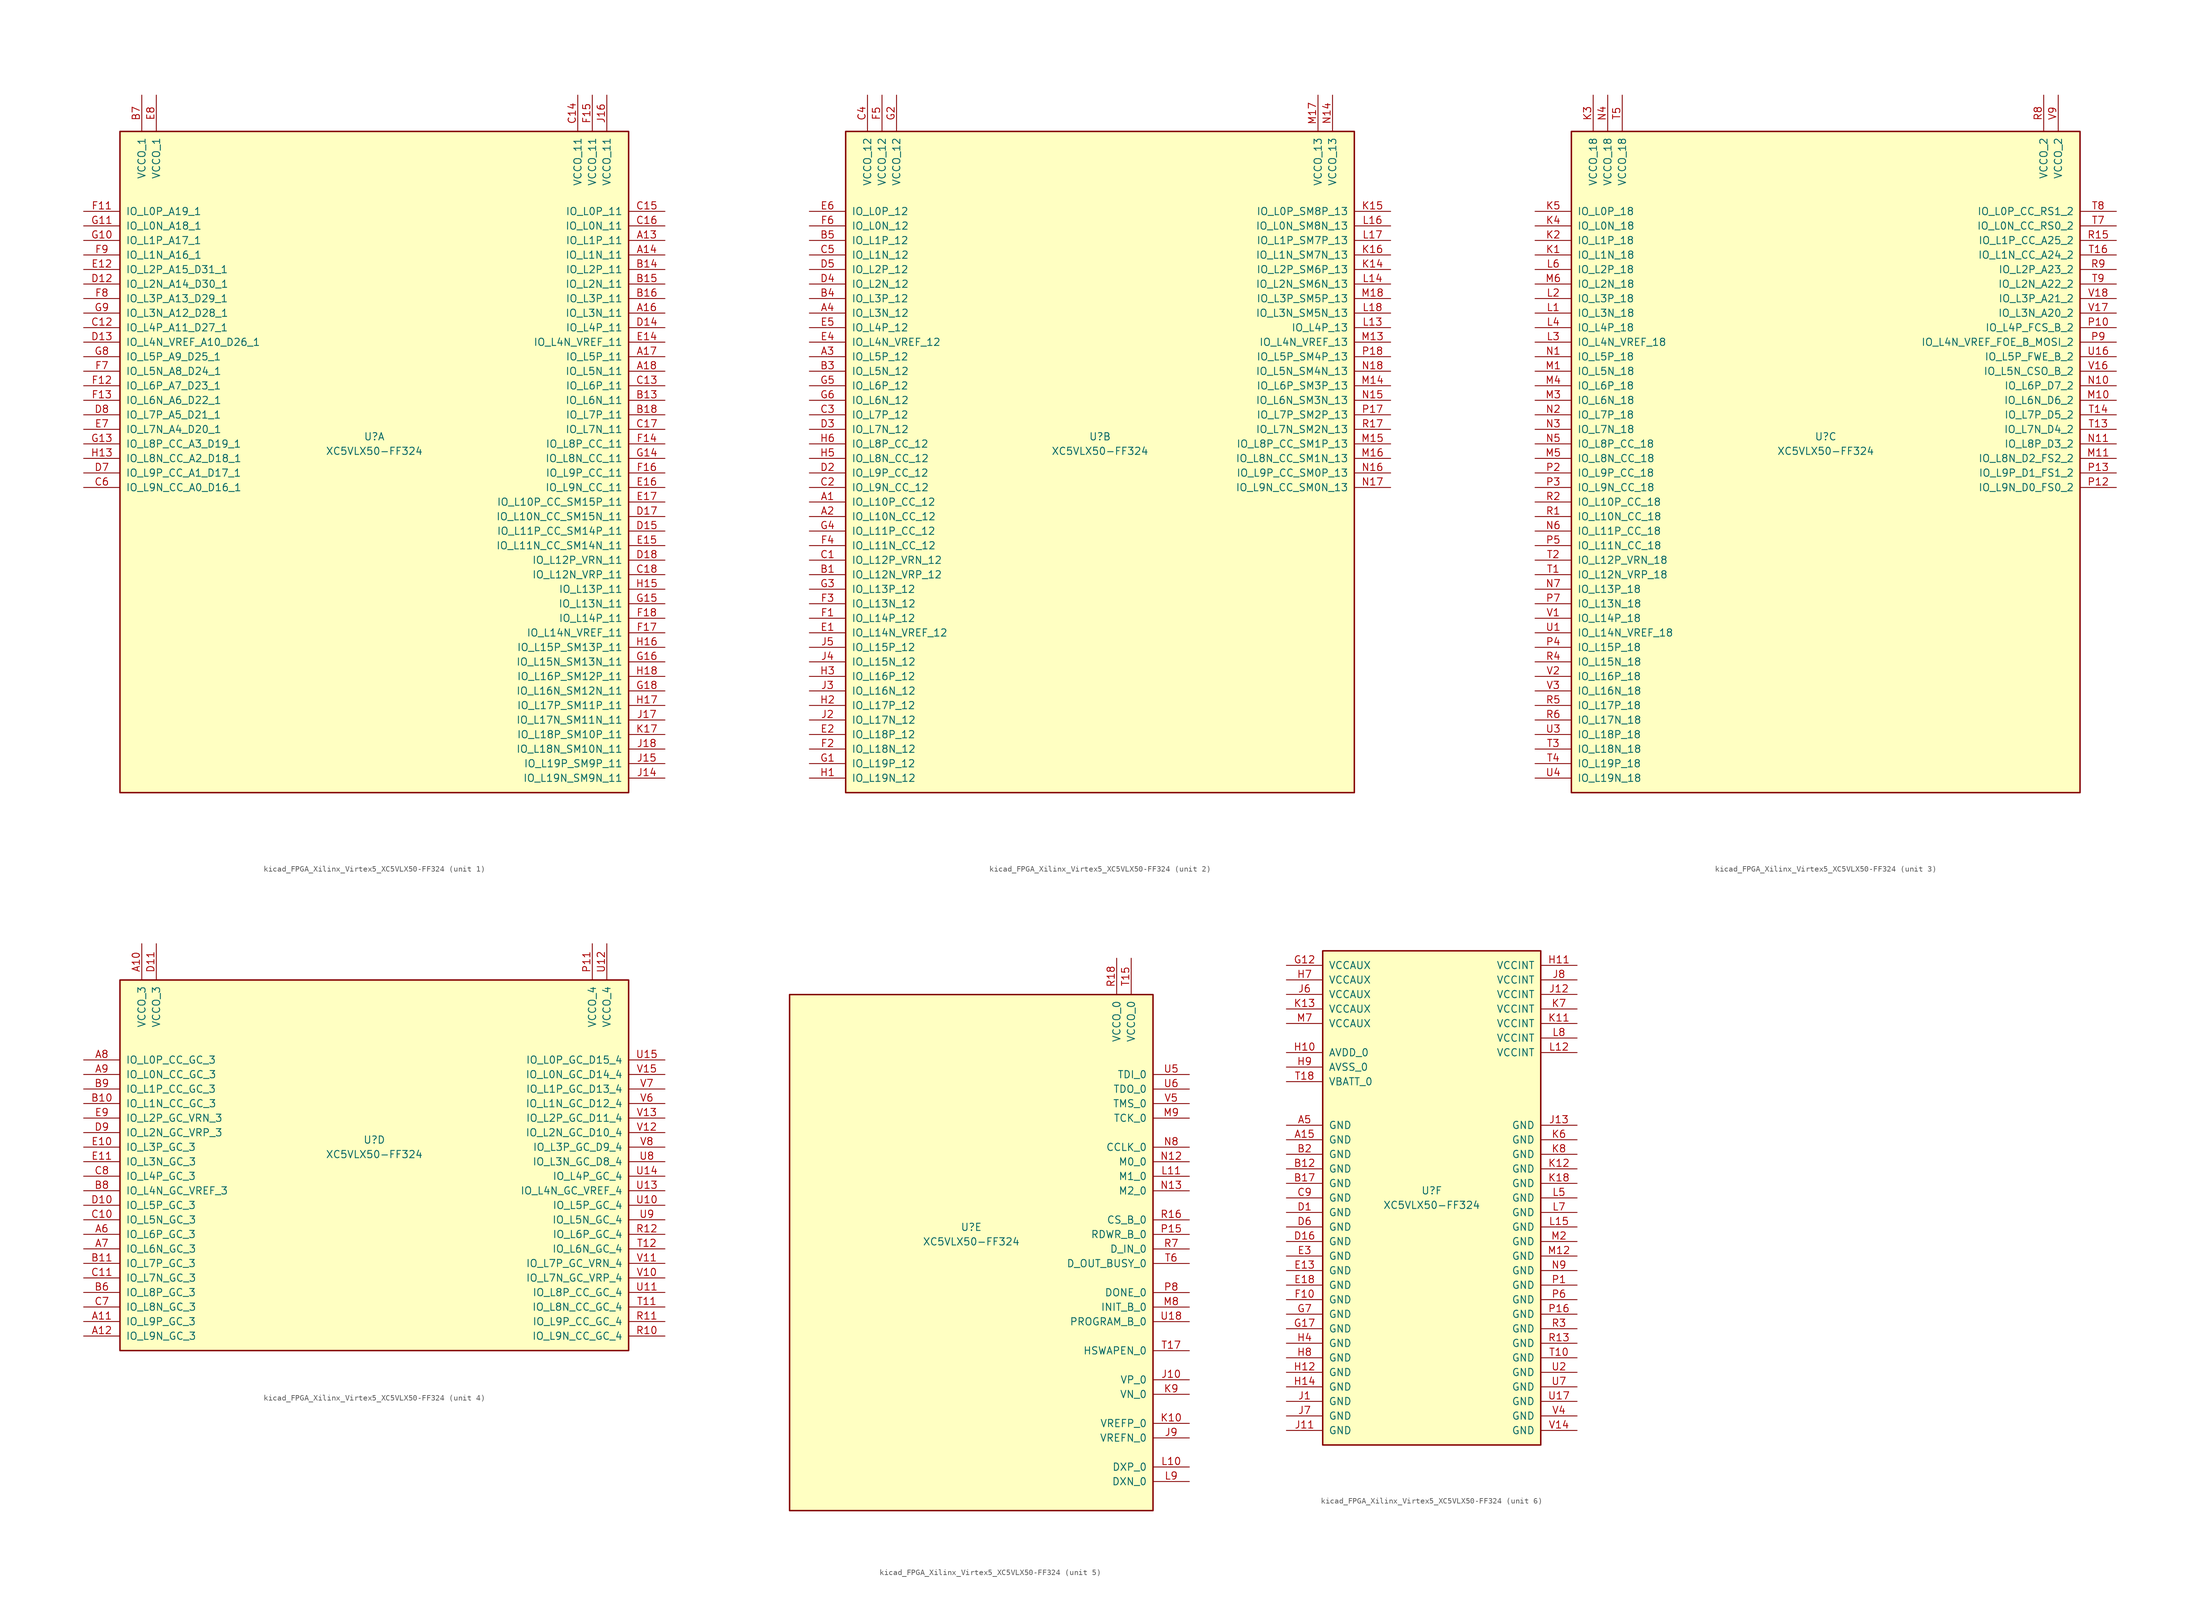
<source format=kicad_sym>
(kicad_symbol_lib
  (version 20220914)
  (generator kicad_symbol_editor)
  (symbol "kicad_FPGA_Xilinx_Virtex5_XC5VLX50-FF324"
    (pin_names
      (offset 1.016))
    (property "Reference" "U"
      (at 0 1.27 0)
      (effects (font (size 1.27 1.27))))
    (property "Value" "XC5VLX50-FF324"
      (at 0 -1.27 0)
      (effects (font (size 1.27 1.27))))
    (property "Datasheet" ""
      (at 0 0 0)
      (effects (font (size 1.27 1.27))))
    (property "ki_locked" ""
      (at 0 0 0)
      (effects (font (size 1.27 1.27))))
    (symbol "kicad_FPGA_Xilinx_Virtex5_XC5VLX50-FF324_1_1"
      (rectangle (start -44.45 54.61) (end 44.45 -60.96) (stroke (width 0.254) (type default)) (fill (type background)))
      (pin bidirectional line (at 50.8 35.56 180) (length 6.35) (name "IO_L1P_11" (effects (font (size 1.27 1.27)))) (number "A13" (effects (font (size 1.27 1.27)))))
      (pin bidirectional line (at 50.8 33.02 180) (length 6.35) (name "IO_L1N_11" (effects (font (size 1.27 1.27)))) (number "A14" (effects (font (size 1.27 1.27)))))
      (pin bidirectional line (at 50.8 22.86 180) (length 6.35) (name "IO_L3N_11" (effects (font (size 1.27 1.27)))) (number "A16" (effects (font (size 1.27 1.27)))))
      (pin bidirectional line (at 50.8 15.24 180) (length 6.35) (name "IO_L5P_11" (effects (font (size 1.27 1.27)))) (number "A17" (effects (font (size 1.27 1.27)))))
      (pin bidirectional line (at 50.8 12.7 180) (length 6.35) (name "IO_L5N_11" (effects (font (size 1.27 1.27)))) (number "A18" (effects (font (size 1.27 1.27)))))
      (pin bidirectional line (at 50.8 7.62 180) (length 6.35) (name "IO_L6N_11" (effects (font (size 1.27 1.27)))) (number "B13" (effects (font (size 1.27 1.27)))))
      (pin bidirectional line (at 50.8 30.48 180) (length 6.35) (name "IO_L2P_11" (effects (font (size 1.27 1.27)))) (number "B14" (effects (font (size 1.27 1.27)))))
      (pin bidirectional line (at 50.8 27.94 180) (length 6.35) (name "IO_L2N_11" (effects (font (size 1.27 1.27)))) (number "B15" (effects (font (size 1.27 1.27)))))
      (pin bidirectional line (at 50.8 25.4 180) (length 6.35) (name "IO_L3P_11" (effects (font (size 1.27 1.27)))) (number "B16" (effects (font (size 1.27 1.27)))))
      (pin bidirectional line (at 50.8 5.08 180) (length 6.35) (name "IO_L7P_11" (effects (font (size 1.27 1.27)))) (number "B18" (effects (font (size 1.27 1.27)))))
      (pin power_in line (at -40.64 60.96 270) (length 6.35) (name "VCCO_1" (effects (font (size 1.27 1.27)))) (number "B7" (effects (font (size 1.27 1.27)))))
      (pin bidirectional line (at -50.8 20.32 0) (length 6.35) (name "IO_L4P_A11_D27_1" (effects (font (size 1.27 1.27)))) (number "C12" (effects (font (size 1.27 1.27)))))
      (pin bidirectional line (at 50.8 10.16 180) (length 6.35) (name "IO_L6P_11" (effects (font (size 1.27 1.27)))) (number "C13" (effects (font (size 1.27 1.27)))))
      (pin power_in line (at 35.56 60.96 270) (length 6.35) (name "VCCO_11" (effects (font (size 1.27 1.27)))) (number "C14" (effects (font (size 1.27 1.27)))))
      (pin bidirectional line (at 50.8 40.64 180) (length 6.35) (name "IO_L0P_11" (effects (font (size 1.27 1.27)))) (number "C15" (effects (font (size 1.27 1.27)))))
      (pin bidirectional line (at 50.8 38.1 180) (length 6.35) (name "IO_L0N_11" (effects (font (size 1.27 1.27)))) (number "C16" (effects (font (size 1.27 1.27)))))
      (pin bidirectional line (at 50.8 2.54 180) (length 6.35) (name "IO_L7N_11" (effects (font (size 1.27 1.27)))) (number "C17" (effects (font (size 1.27 1.27)))))
      (pin bidirectional line (at 50.8 -22.86 180) (length 6.35) (name "IO_L12N_VRP_11" (effects (font (size 1.27 1.27)))) (number "C18" (effects (font (size 1.27 1.27)))))
      (pin bidirectional line (at -50.8 -7.62 0) (length 6.35) (name "IO_L9N_CC_A0_D16_1" (effects (font (size 1.27 1.27)))) (number "C6" (effects (font (size 1.27 1.27)))))
      (pin bidirectional line (at -50.8 27.94 0) (length 6.35) (name "IO_L2N_A14_D30_1" (effects (font (size 1.27 1.27)))) (number "D12" (effects (font (size 1.27 1.27)))))
      (pin bidirectional line (at -50.8 17.78 0) (length 6.35) (name "IO_L4N_VREF_A10_D26_1" (effects (font (size 1.27 1.27)))) (number "D13" (effects (font (size 1.27 1.27)))))
      (pin bidirectional line (at 50.8 20.32 180) (length 6.35) (name "IO_L4P_11" (effects (font (size 1.27 1.27)))) (number "D14" (effects (font (size 1.27 1.27)))))
      (pin bidirectional line (at 50.8 -15.24 180) (length 6.35) (name "IO_L11P_CC_SM14P_11" (effects (font (size 1.27 1.27)))) (number "D15" (effects (font (size 1.27 1.27)))))
      (pin bidirectional line (at 50.8 -12.7 180) (length 6.35) (name "IO_L10N_CC_SM15N_11" (effects (font (size 1.27 1.27)))) (number "D17" (effects (font (size 1.27 1.27)))))
      (pin bidirectional line (at 50.8 -20.32 180) (length 6.35) (name "IO_L12P_VRN_11" (effects (font (size 1.27 1.27)))) (number "D18" (effects (font (size 1.27 1.27)))))
      (pin bidirectional line (at -50.8 -5.08 0) (length 6.35) (name "IO_L9P_CC_A1_D17_1" (effects (font (size 1.27 1.27)))) (number "D7" (effects (font (size 1.27 1.27)))))
      (pin bidirectional line (at -50.8 5.08 0) (length 6.35) (name "IO_L7P_A5_D21_1" (effects (font (size 1.27 1.27)))) (number "D8" (effects (font (size 1.27 1.27)))))
      (pin bidirectional line (at -50.8 30.48 0) (length 6.35) (name "IO_L2P_A15_D31_1" (effects (font (size 1.27 1.27)))) (number "E12" (effects (font (size 1.27 1.27)))))
      (pin bidirectional line (at 50.8 17.78 180) (length 6.35) (name "IO_L4N_VREF_11" (effects (font (size 1.27 1.27)))) (number "E14" (effects (font (size 1.27 1.27)))))
      (pin bidirectional line (at 50.8 -17.78 180) (length 6.35) (name "IO_L11N_CC_SM14N_11" (effects (font (size 1.27 1.27)))) (number "E15" (effects (font (size 1.27 1.27)))))
      (pin bidirectional line (at 50.8 -7.62 180) (length 6.35) (name "IO_L9N_CC_11" (effects (font (size 1.27 1.27)))) (number "E16" (effects (font (size 1.27 1.27)))))
      (pin bidirectional line (at 50.8 -10.16 180) (length 6.35) (name "IO_L10P_CC_SM15P_11" (effects (font (size 1.27 1.27)))) (number "E17" (effects (font (size 1.27 1.27)))))
      (pin bidirectional line (at -50.8 2.54 0) (length 6.35) (name "IO_L7N_A4_D20_1" (effects (font (size 1.27 1.27)))) (number "E7" (effects (font (size 1.27 1.27)))))
      (pin power_in line (at -38.1 60.96 270) (length 6.35) (name "VCCO_1" (effects (font (size 1.27 1.27)))) (number "E8" (effects (font (size 1.27 1.27)))))
      (pin bidirectional line (at -50.8 40.64 0) (length 6.35) (name "IO_L0P_A19_1" (effects (font (size 1.27 1.27)))) (number "F11" (effects (font (size 1.27 1.27)))))
      (pin bidirectional line (at -50.8 10.16 0) (length 6.35) (name "IO_L6P_A7_D23_1" (effects (font (size 1.27 1.27)))) (number "F12" (effects (font (size 1.27 1.27)))))
      (pin bidirectional line (at -50.8 7.62 0) (length 6.35) (name "IO_L6N_A6_D22_1" (effects (font (size 1.27 1.27)))) (number "F13" (effects (font (size 1.27 1.27)))))
      (pin bidirectional line (at 50.8 0 180) (length 6.35) (name "IO_L8P_CC_11" (effects (font (size 1.27 1.27)))) (number "F14" (effects (font (size 1.27 1.27)))))
      (pin power_in line (at 38.1 60.96 270) (length 6.35) (name "VCCO_11" (effects (font (size 1.27 1.27)))) (number "F15" (effects (font (size 1.27 1.27)))))
      (pin bidirectional line (at 50.8 -5.08 180) (length 6.35) (name "IO_L9P_CC_11" (effects (font (size 1.27 1.27)))) (number "F16" (effects (font (size 1.27 1.27)))))
      (pin bidirectional line (at 50.8 -33.02 180) (length 6.35) (name "IO_L14N_VREF_11" (effects (font (size 1.27 1.27)))) (number "F17" (effects (font (size 1.27 1.27)))))
      (pin bidirectional line (at 50.8 -30.48 180) (length 6.35) (name "IO_L14P_11" (effects (font (size 1.27 1.27)))) (number "F18" (effects (font (size 1.27 1.27)))))
      (pin bidirectional line (at -50.8 12.7 0) (length 6.35) (name "IO_L5N_A8_D24_1" (effects (font (size 1.27 1.27)))) (number "F7" (effects (font (size 1.27 1.27)))))
      (pin bidirectional line (at -50.8 25.4 0) (length 6.35) (name "IO_L3P_A13_D29_1" (effects (font (size 1.27 1.27)))) (number "F8" (effects (font (size 1.27 1.27)))))
      (pin bidirectional line (at -50.8 33.02 0) (length 6.35) (name "IO_L1N_A16_1" (effects (font (size 1.27 1.27)))) (number "F9" (effects (font (size 1.27 1.27)))))
      (pin bidirectional line (at -50.8 35.56 0) (length 6.35) (name "IO_L1P_A17_1" (effects (font (size 1.27 1.27)))) (number "G10" (effects (font (size 1.27 1.27)))))
      (pin bidirectional line (at -50.8 38.1 0) (length 6.35) (name "IO_L0N_A18_1" (effects (font (size 1.27 1.27)))) (number "G11" (effects (font (size 1.27 1.27)))))
      (pin bidirectional line (at -50.8 0 0) (length 6.35) (name "IO_L8P_CC_A3_D19_1" (effects (font (size 1.27 1.27)))) (number "G13" (effects (font (size 1.27 1.27)))))
      (pin bidirectional line (at 50.8 -2.54 180) (length 6.35) (name "IO_L8N_CC_11" (effects (font (size 1.27 1.27)))) (number "G14" (effects (font (size 1.27 1.27)))))
      (pin bidirectional line (at 50.8 -27.94 180) (length 6.35) (name "IO_L13N_11" (effects (font (size 1.27 1.27)))) (number "G15" (effects (font (size 1.27 1.27)))))
      (pin bidirectional line (at 50.8 -38.1 180) (length 6.35) (name "IO_L15N_SM13N_11" (effects (font (size 1.27 1.27)))) (number "G16" (effects (font (size 1.27 1.27)))))
      (pin bidirectional line (at 50.8 -43.18 180) (length 6.35) (name "IO_L16N_SM12N_11" (effects (font (size 1.27 1.27)))) (number "G18" (effects (font (size 1.27 1.27)))))
      (pin bidirectional line (at -50.8 15.24 0) (length 6.35) (name "IO_L5P_A9_D25_1" (effects (font (size 1.27 1.27)))) (number "G8" (effects (font (size 1.27 1.27)))))
      (pin bidirectional line (at -50.8 22.86 0) (length 6.35) (name "IO_L3N_A12_D28_1" (effects (font (size 1.27 1.27)))) (number "G9" (effects (font (size 1.27 1.27)))))
      (pin bidirectional line (at -50.8 -2.54 0) (length 6.35) (name "IO_L8N_CC_A2_D18_1" (effects (font (size 1.27 1.27)))) (number "H13" (effects (font (size 1.27 1.27)))))
      (pin bidirectional line (at 50.8 -25.4 180) (length 6.35) (name "IO_L13P_11" (effects (font (size 1.27 1.27)))) (number "H15" (effects (font (size 1.27 1.27)))))
      (pin bidirectional line (at 50.8 -35.56 180) (length 6.35) (name "IO_L15P_SM13P_11" (effects (font (size 1.27 1.27)))) (number "H16" (effects (font (size 1.27 1.27)))))
      (pin bidirectional line (at 50.8 -45.72 180) (length 6.35) (name "IO_L17P_SM11P_11" (effects (font (size 1.27 1.27)))) (number "H17" (effects (font (size 1.27 1.27)))))
      (pin bidirectional line (at 50.8 -40.64 180) (length 6.35) (name "IO_L16P_SM12P_11" (effects (font (size 1.27 1.27)))) (number "H18" (effects (font (size 1.27 1.27)))))
      (pin bidirectional line (at 50.8 -58.42 180) (length 6.35) (name "IO_L19N_SM9N_11" (effects (font (size 1.27 1.27)))) (number "J14" (effects (font (size 1.27 1.27)))))
      (pin bidirectional line (at 50.8 -55.88 180) (length 6.35) (name "IO_L19P_SM9P_11" (effects (font (size 1.27 1.27)))) (number "J15" (effects (font (size 1.27 1.27)))))
      (pin power_in line (at 40.64 60.96 270) (length 6.35) (name "VCCO_11" (effects (font (size 1.27 1.27)))) (number "J16" (effects (font (size 1.27 1.27)))))
      (pin bidirectional line (at 50.8 -48.26 180) (length 6.35) (name "IO_L17N_SM11N_11" (effects (font (size 1.27 1.27)))) (number "J17" (effects (font (size 1.27 1.27)))))
      (pin bidirectional line (at 50.8 -53.34 180) (length 6.35) (name "IO_L18N_SM10N_11" (effects (font (size 1.27 1.27)))) (number "J18" (effects (font (size 1.27 1.27)))))
      (pin bidirectional line (at 50.8 -50.8 180) (length 6.35) (name "IO_L18P_SM10P_11" (effects (font (size 1.27 1.27)))) (number "K17" (effects (font (size 1.27 1.27))))))
    (symbol "kicad_FPGA_Xilinx_Virtex5_XC5VLX50-FF324_2_1"
      (rectangle (start -44.45 54.61) (end 44.45 -60.96) (stroke (width 0.254) (type default)) (fill (type background)))
      (pin bidirectional line (at -50.8 -10.16 0) (length 6.35) (name "IO_L10P_CC_12" (effects (font (size 1.27 1.27)))) (number "A1" (effects (font (size 1.27 1.27)))))
      (pin bidirectional line (at -50.8 -12.7 0) (length 6.35) (name "IO_L10N_CC_12" (effects (font (size 1.27 1.27)))) (number "A2" (effects (font (size 1.27 1.27)))))
      (pin bidirectional line (at -50.8 15.24 0) (length 6.35) (name "IO_L5P_12" (effects (font (size 1.27 1.27)))) (number "A3" (effects (font (size 1.27 1.27)))))
      (pin bidirectional line (at -50.8 22.86 0) (length 6.35) (name "IO_L3N_12" (effects (font (size 1.27 1.27)))) (number "A4" (effects (font (size 1.27 1.27)))))
      (pin bidirectional line (at -50.8 -22.86 0) (length 6.35) (name "IO_L12N_VRP_12" (effects (font (size 1.27 1.27)))) (number "B1" (effects (font (size 1.27 1.27)))))
      (pin bidirectional line (at -50.8 12.7 0) (length 6.35) (name "IO_L5N_12" (effects (font (size 1.27 1.27)))) (number "B3" (effects (font (size 1.27 1.27)))))
      (pin bidirectional line (at -50.8 25.4 0) (length 6.35) (name "IO_L3P_12" (effects (font (size 1.27 1.27)))) (number "B4" (effects (font (size 1.27 1.27)))))
      (pin bidirectional line (at -50.8 35.56 0) (length 6.35) (name "IO_L1P_12" (effects (font (size 1.27 1.27)))) (number "B5" (effects (font (size 1.27 1.27)))))
      (pin bidirectional line (at -50.8 -20.32 0) (length 6.35) (name "IO_L12P_VRN_12" (effects (font (size 1.27 1.27)))) (number "C1" (effects (font (size 1.27 1.27)))))
      (pin bidirectional line (at -50.8 -7.62 0) (length 6.35) (name "IO_L9N_CC_12" (effects (font (size 1.27 1.27)))) (number "C2" (effects (font (size 1.27 1.27)))))
      (pin bidirectional line (at -50.8 5.08 0) (length 6.35) (name "IO_L7P_12" (effects (font (size 1.27 1.27)))) (number "C3" (effects (font (size 1.27 1.27)))))
      (pin power_in line (at -40.64 60.96 270) (length 6.35) (name "VCCO_12" (effects (font (size 1.27 1.27)))) (number "C4" (effects (font (size 1.27 1.27)))))
      (pin bidirectional line (at -50.8 33.02 0) (length 6.35) (name "IO_L1N_12" (effects (font (size 1.27 1.27)))) (number "C5" (effects (font (size 1.27 1.27)))))
      (pin bidirectional line (at -50.8 -5.08 0) (length 6.35) (name "IO_L9P_CC_12" (effects (font (size 1.27 1.27)))) (number "D2" (effects (font (size 1.27 1.27)))))
      (pin bidirectional line (at -50.8 2.54 0) (length 6.35) (name "IO_L7N_12" (effects (font (size 1.27 1.27)))) (number "D3" (effects (font (size 1.27 1.27)))))
      (pin bidirectional line (at -50.8 27.94 0) (length 6.35) (name "IO_L2N_12" (effects (font (size 1.27 1.27)))) (number "D4" (effects (font (size 1.27 1.27)))))
      (pin bidirectional line (at -50.8 30.48 0) (length 6.35) (name "IO_L2P_12" (effects (font (size 1.27 1.27)))) (number "D5" (effects (font (size 1.27 1.27)))))
      (pin bidirectional line (at -50.8 -33.02 0) (length 6.35) (name "IO_L14N_VREF_12" (effects (font (size 1.27 1.27)))) (number "E1" (effects (font (size 1.27 1.27)))))
      (pin bidirectional line (at -50.8 -50.8 0) (length 6.35) (name "IO_L18P_12" (effects (font (size 1.27 1.27)))) (number "E2" (effects (font (size 1.27 1.27)))))
      (pin bidirectional line (at -50.8 17.78 0) (length 6.35) (name "IO_L4N_VREF_12" (effects (font (size 1.27 1.27)))) (number "E4" (effects (font (size 1.27 1.27)))))
      (pin bidirectional line (at -50.8 20.32 0) (length 6.35) (name "IO_L4P_12" (effects (font (size 1.27 1.27)))) (number "E5" (effects (font (size 1.27 1.27)))))
      (pin bidirectional line (at -50.8 40.64 0) (length 6.35) (name "IO_L0P_12" (effects (font (size 1.27 1.27)))) (number "E6" (effects (font (size 1.27 1.27)))))
      (pin bidirectional line (at -50.8 -30.48 0) (length 6.35) (name "IO_L14P_12" (effects (font (size 1.27 1.27)))) (number "F1" (effects (font (size 1.27 1.27)))))
      (pin bidirectional line (at -50.8 -53.34 0) (length 6.35) (name "IO_L18N_12" (effects (font (size 1.27 1.27)))) (number "F2" (effects (font (size 1.27 1.27)))))
      (pin bidirectional line (at -50.8 -27.94 0) (length 6.35) (name "IO_L13N_12" (effects (font (size 1.27 1.27)))) (number "F3" (effects (font (size 1.27 1.27)))))
      (pin bidirectional line (at -50.8 -17.78 0) (length 6.35) (name "IO_L11N_CC_12" (effects (font (size 1.27 1.27)))) (number "F4" (effects (font (size 1.27 1.27)))))
      (pin power_in line (at -38.1 60.96 270) (length 6.35) (name "VCCO_12" (effects (font (size 1.27 1.27)))) (number "F5" (effects (font (size 1.27 1.27)))))
      (pin bidirectional line (at -50.8 38.1 0) (length 6.35) (name "IO_L0N_12" (effects (font (size 1.27 1.27)))) (number "F6" (effects (font (size 1.27 1.27)))))
      (pin bidirectional line (at -50.8 -55.88 0) (length 6.35) (name "IO_L19P_12" (effects (font (size 1.27 1.27)))) (number "G1" (effects (font (size 1.27 1.27)))))
      (pin power_in line (at -35.56 60.96 270) (length 6.35) (name "VCCO_12" (effects (font (size 1.27 1.27)))) (number "G2" (effects (font (size 1.27 1.27)))))
      (pin bidirectional line (at -50.8 -25.4 0) (length 6.35) (name "IO_L13P_12" (effects (font (size 1.27 1.27)))) (number "G3" (effects (font (size 1.27 1.27)))))
      (pin bidirectional line (at -50.8 -15.24 0) (length 6.35) (name "IO_L11P_CC_12" (effects (font (size 1.27 1.27)))) (number "G4" (effects (font (size 1.27 1.27)))))
      (pin bidirectional line (at -50.8 10.16 0) (length 6.35) (name "IO_L6P_12" (effects (font (size 1.27 1.27)))) (number "G5" (effects (font (size 1.27 1.27)))))
      (pin bidirectional line (at -50.8 7.62 0) (length 6.35) (name "IO_L6N_12" (effects (font (size 1.27 1.27)))) (number "G6" (effects (font (size 1.27 1.27)))))
      (pin bidirectional line (at -50.8 -58.42 0) (length 6.35) (name "IO_L19N_12" (effects (font (size 1.27 1.27)))) (number "H1" (effects (font (size 1.27 1.27)))))
      (pin bidirectional line (at -50.8 -45.72 0) (length 6.35) (name "IO_L17P_12" (effects (font (size 1.27 1.27)))) (number "H2" (effects (font (size 1.27 1.27)))))
      (pin bidirectional line (at -50.8 -40.64 0) (length 6.35) (name "IO_L16P_12" (effects (font (size 1.27 1.27)))) (number "H3" (effects (font (size 1.27 1.27)))))
      (pin bidirectional line (at -50.8 -2.54 0) (length 6.35) (name "IO_L8N_CC_12" (effects (font (size 1.27 1.27)))) (number "H5" (effects (font (size 1.27 1.27)))))
      (pin bidirectional line (at -50.8 0 0) (length 6.35) (name "IO_L8P_CC_12" (effects (font (size 1.27 1.27)))) (number "H6" (effects (font (size 1.27 1.27)))))
      (pin bidirectional line (at -50.8 -48.26 0) (length 6.35) (name "IO_L17N_12" (effects (font (size 1.27 1.27)))) (number "J2" (effects (font (size 1.27 1.27)))))
      (pin bidirectional line (at -50.8 -43.18 0) (length 6.35) (name "IO_L16N_12" (effects (font (size 1.27 1.27)))) (number "J3" (effects (font (size 1.27 1.27)))))
      (pin bidirectional line (at -50.8 -38.1 0) (length 6.35) (name "IO_L15N_12" (effects (font (size 1.27 1.27)))) (number "J4" (effects (font (size 1.27 1.27)))))
      (pin bidirectional line (at -50.8 -35.56 0) (length 6.35) (name "IO_L15P_12" (effects (font (size 1.27 1.27)))) (number "J5" (effects (font (size 1.27 1.27)))))
      (pin bidirectional line (at 50.8 30.48 180) (length 6.35) (name "IO_L2P_SM6P_13" (effects (font (size 1.27 1.27)))) (number "K14" (effects (font (size 1.27 1.27)))))
      (pin bidirectional line (at 50.8 40.64 180) (length 6.35) (name "IO_L0P_SM8P_13" (effects (font (size 1.27 1.27)))) (number "K15" (effects (font (size 1.27 1.27)))))
      (pin bidirectional line (at 50.8 33.02 180) (length 6.35) (name "IO_L1N_SM7N_13" (effects (font (size 1.27 1.27)))) (number "K16" (effects (font (size 1.27 1.27)))))
      (pin bidirectional line (at 50.8 20.32 180) (length 6.35) (name "IO_L4P_13" (effects (font (size 1.27 1.27)))) (number "L13" (effects (font (size 1.27 1.27)))))
      (pin bidirectional line (at 50.8 27.94 180) (length 6.35) (name "IO_L2N_SM6N_13" (effects (font (size 1.27 1.27)))) (number "L14" (effects (font (size 1.27 1.27)))))
      (pin bidirectional line (at 50.8 38.1 180) (length 6.35) (name "IO_L0N_SM8N_13" (effects (font (size 1.27 1.27)))) (number "L16" (effects (font (size 1.27 1.27)))))
      (pin bidirectional line (at 50.8 35.56 180) (length 6.35) (name "IO_L1P_SM7P_13" (effects (font (size 1.27 1.27)))) (number "L17" (effects (font (size 1.27 1.27)))))
      (pin bidirectional line (at 50.8 22.86 180) (length 6.35) (name "IO_L3N_SM5N_13" (effects (font (size 1.27 1.27)))) (number "L18" (effects (font (size 1.27 1.27)))))
      (pin bidirectional line (at 50.8 17.78 180) (length 6.35) (name "IO_L4N_VREF_13" (effects (font (size 1.27 1.27)))) (number "M13" (effects (font (size 1.27 1.27)))))
      (pin bidirectional line (at 50.8 10.16 180) (length 6.35) (name "IO_L6P_SM3P_13" (effects (font (size 1.27 1.27)))) (number "M14" (effects (font (size 1.27 1.27)))))
      (pin bidirectional line (at 50.8 0 180) (length 6.35) (name "IO_L8P_CC_SM1P_13" (effects (font (size 1.27 1.27)))) (number "M15" (effects (font (size 1.27 1.27)))))
      (pin bidirectional line (at 50.8 -2.54 180) (length 6.35) (name "IO_L8N_CC_SM1N_13" (effects (font (size 1.27 1.27)))) (number "M16" (effects (font (size 1.27 1.27)))))
      (pin power_in line (at 38.1 60.96 270) (length 6.35) (name "VCCO_13" (effects (font (size 1.27 1.27)))) (number "M17" (effects (font (size 1.27 1.27)))))
      (pin bidirectional line (at 50.8 25.4 180) (length 6.35) (name "IO_L3P_SM5P_13" (effects (font (size 1.27 1.27)))) (number "M18" (effects (font (size 1.27 1.27)))))
      (pin power_in line (at 40.64 60.96 270) (length 6.35) (name "VCCO_13" (effects (font (size 1.27 1.27)))) (number "N14" (effects (font (size 1.27 1.27)))))
      (pin bidirectional line (at 50.8 7.62 180) (length 6.35) (name "IO_L6N_SM3N_13" (effects (font (size 1.27 1.27)))) (number "N15" (effects (font (size 1.27 1.27)))))
      (pin bidirectional line (at 50.8 -5.08 180) (length 6.35) (name "IO_L9P_CC_SM0P_13" (effects (font (size 1.27 1.27)))) (number "N16" (effects (font (size 1.27 1.27)))))
      (pin bidirectional line (at 50.8 -7.62 180) (length 6.35) (name "IO_L9N_CC_SM0N_13" (effects (font (size 1.27 1.27)))) (number "N17" (effects (font (size 1.27 1.27)))))
      (pin bidirectional line (at 50.8 12.7 180) (length 6.35) (name "IO_L5N_SM4N_13" (effects (font (size 1.27 1.27)))) (number "N18" (effects (font (size 1.27 1.27)))))
      (pin bidirectional line (at 50.8 5.08 180) (length 6.35) (name "IO_L7P_SM2P_13" (effects (font (size 1.27 1.27)))) (number "P17" (effects (font (size 1.27 1.27)))))
      (pin bidirectional line (at 50.8 15.24 180) (length 6.35) (name "IO_L5P_SM4P_13" (effects (font (size 1.27 1.27)))) (number "P18" (effects (font (size 1.27 1.27)))))
      (pin bidirectional line (at 50.8 2.54 180) (length 6.35) (name "IO_L7N_SM2N_13" (effects (font (size 1.27 1.27)))) (number "R17" (effects (font (size 1.27 1.27))))))
    (symbol "kicad_FPGA_Xilinx_Virtex5_XC5VLX50-FF324_3_1"
      (rectangle (start -44.45 54.61) (end 44.45 -60.96) (stroke (width 0.254) (type default)) (fill (type background)))
      (pin bidirectional line (at -50.8 33.02 0) (length 6.35) (name "IO_L1N_18" (effects (font (size 1.27 1.27)))) (number "K1" (effects (font (size 1.27 1.27)))))
      (pin bidirectional line (at -50.8 35.56 0) (length 6.35) (name "IO_L1P_18" (effects (font (size 1.27 1.27)))) (number "K2" (effects (font (size 1.27 1.27)))))
      (pin power_in line (at -40.64 60.96 270) (length 6.35) (name "VCCO_18" (effects (font (size 1.27 1.27)))) (number "K3" (effects (font (size 1.27 1.27)))))
      (pin bidirectional line (at -50.8 38.1 0) (length 6.35) (name "IO_L0N_18" (effects (font (size 1.27 1.27)))) (number "K4" (effects (font (size 1.27 1.27)))))
      (pin bidirectional line (at -50.8 40.64 0) (length 6.35) (name "IO_L0P_18" (effects (font (size 1.27 1.27)))) (number "K5" (effects (font (size 1.27 1.27)))))
      (pin bidirectional line (at -50.8 22.86 0) (length 6.35) (name "IO_L3N_18" (effects (font (size 1.27 1.27)))) (number "L1" (effects (font (size 1.27 1.27)))))
      (pin bidirectional line (at -50.8 25.4 0) (length 6.35) (name "IO_L3P_18" (effects (font (size 1.27 1.27)))) (number "L2" (effects (font (size 1.27 1.27)))))
      (pin bidirectional line (at -50.8 17.78 0) (length 6.35) (name "IO_L4N_VREF_18" (effects (font (size 1.27 1.27)))) (number "L3" (effects (font (size 1.27 1.27)))))
      (pin bidirectional line (at -50.8 20.32 0) (length 6.35) (name "IO_L4P_18" (effects (font (size 1.27 1.27)))) (number "L4" (effects (font (size 1.27 1.27)))))
      (pin bidirectional line (at -50.8 30.48 0) (length 6.35) (name "IO_L2P_18" (effects (font (size 1.27 1.27)))) (number "L6" (effects (font (size 1.27 1.27)))))
      (pin bidirectional line (at -50.8 12.7 0) (length 6.35) (name "IO_L5N_18" (effects (font (size 1.27 1.27)))) (number "M1" (effects (font (size 1.27 1.27)))))
      (pin bidirectional line (at 50.8 7.62 180) (length 6.35) (name "IO_L6N_D6_2" (effects (font (size 1.27 1.27)))) (number "M10" (effects (font (size 1.27 1.27)))))
      (pin bidirectional line (at 50.8 -2.54 180) (length 6.35) (name "IO_L8N_D2_FS2_2" (effects (font (size 1.27 1.27)))) (number "M11" (effects (font (size 1.27 1.27)))))
      (pin bidirectional line (at -50.8 7.62 0) (length 6.35) (name "IO_L6N_18" (effects (font (size 1.27 1.27)))) (number "M3" (effects (font (size 1.27 1.27)))))
      (pin bidirectional line (at -50.8 10.16 0) (length 6.35) (name "IO_L6P_18" (effects (font (size 1.27 1.27)))) (number "M4" (effects (font (size 1.27 1.27)))))
      (pin bidirectional line (at -50.8 -2.54 0) (length 6.35) (name "IO_L8N_CC_18" (effects (font (size 1.27 1.27)))) (number "M5" (effects (font (size 1.27 1.27)))))
      (pin bidirectional line (at -50.8 27.94 0) (length 6.35) (name "IO_L2N_18" (effects (font (size 1.27 1.27)))) (number "M6" (effects (font (size 1.27 1.27)))))
      (pin bidirectional line (at -50.8 15.24 0) (length 6.35) (name "IO_L5P_18" (effects (font (size 1.27 1.27)))) (number "N1" (effects (font (size 1.27 1.27)))))
      (pin bidirectional line (at 50.8 10.16 180) (length 6.35) (name "IO_L6P_D7_2" (effects (font (size 1.27 1.27)))) (number "N10" (effects (font (size 1.27 1.27)))))
      (pin bidirectional line (at 50.8 0 180) (length 6.35) (name "IO_L8P_D3_2" (effects (font (size 1.27 1.27)))) (number "N11" (effects (font (size 1.27 1.27)))))
      (pin bidirectional line (at -50.8 5.08 0) (length 6.35) (name "IO_L7P_18" (effects (font (size 1.27 1.27)))) (number "N2" (effects (font (size 1.27 1.27)))))
      (pin bidirectional line (at -50.8 2.54 0) (length 6.35) (name "IO_L7N_18" (effects (font (size 1.27 1.27)))) (number "N3" (effects (font (size 1.27 1.27)))))
      (pin power_in line (at -38.1 60.96 270) (length 6.35) (name "VCCO_18" (effects (font (size 1.27 1.27)))) (number "N4" (effects (font (size 1.27 1.27)))))
      (pin bidirectional line (at -50.8 0 0) (length 6.35) (name "IO_L8P_CC_18" (effects (font (size 1.27 1.27)))) (number "N5" (effects (font (size 1.27 1.27)))))
      (pin bidirectional line (at -50.8 -15.24 0) (length 6.35) (name "IO_L11P_CC_18" (effects (font (size 1.27 1.27)))) (number "N6" (effects (font (size 1.27 1.27)))))
      (pin bidirectional line (at -50.8 -25.4 0) (length 6.35) (name "IO_L13P_18" (effects (font (size 1.27 1.27)))) (number "N7" (effects (font (size 1.27 1.27)))))
      (pin bidirectional line (at 50.8 20.32 180) (length 6.35) (name "IO_L4P_FCS_B_2" (effects (font (size 1.27 1.27)))) (number "P10" (effects (font (size 1.27 1.27)))))
      (pin bidirectional line (at 50.8 -7.62 180) (length 6.35) (name "IO_L9N_D0_FS0_2" (effects (font (size 1.27 1.27)))) (number "P12" (effects (font (size 1.27 1.27)))))
      (pin bidirectional line (at 50.8 -5.08 180) (length 6.35) (name "IO_L9P_D1_FS1_2" (effects (font (size 1.27 1.27)))) (number "P13" (effects (font (size 1.27 1.27)))))
      (pin bidirectional line (at -50.8 -5.08 0) (length 6.35) (name "IO_L9P_CC_18" (effects (font (size 1.27 1.27)))) (number "P2" (effects (font (size 1.27 1.27)))))
      (pin bidirectional line (at -50.8 -7.62 0) (length 6.35) (name "IO_L9N_CC_18" (effects (font (size 1.27 1.27)))) (number "P3" (effects (font (size 1.27 1.27)))))
      (pin bidirectional line (at -50.8 -35.56 0) (length 6.35) (name "IO_L15P_18" (effects (font (size 1.27 1.27)))) (number "P4" (effects (font (size 1.27 1.27)))))
      (pin bidirectional line (at -50.8 -17.78 0) (length 6.35) (name "IO_L11N_CC_18" (effects (font (size 1.27 1.27)))) (number "P5" (effects (font (size 1.27 1.27)))))
      (pin bidirectional line (at -50.8 -27.94 0) (length 6.35) (name "IO_L13N_18" (effects (font (size 1.27 1.27)))) (number "P7" (effects (font (size 1.27 1.27)))))
      (pin bidirectional line (at 50.8 17.78 180) (length 6.35) (name "IO_L4N_VREF_FOE_B_MOSI_2" (effects (font (size 1.27 1.27)))) (number "P9" (effects (font (size 1.27 1.27)))))
      (pin bidirectional line (at -50.8 -12.7 0) (length 6.35) (name "IO_L10N_CC_18" (effects (font (size 1.27 1.27)))) (number "R1" (effects (font (size 1.27 1.27)))))
      (pin bidirectional line (at 50.8 35.56 180) (length 6.35) (name "IO_L1P_CC_A25_2" (effects (font (size 1.27 1.27)))) (number "R15" (effects (font (size 1.27 1.27)))))
      (pin bidirectional line (at -50.8 -10.16 0) (length 6.35) (name "IO_L10P_CC_18" (effects (font (size 1.27 1.27)))) (number "R2" (effects (font (size 1.27 1.27)))))
      (pin bidirectional line (at -50.8 -38.1 0) (length 6.35) (name "IO_L15N_18" (effects (font (size 1.27 1.27)))) (number "R4" (effects (font (size 1.27 1.27)))))
      (pin bidirectional line (at -50.8 -45.72 0) (length 6.35) (name "IO_L17P_18" (effects (font (size 1.27 1.27)))) (number "R5" (effects (font (size 1.27 1.27)))))
      (pin bidirectional line (at -50.8 -48.26 0) (length 6.35) (name "IO_L17N_18" (effects (font (size 1.27 1.27)))) (number "R6" (effects (font (size 1.27 1.27)))))
      (pin power_in line (at 38.1 60.96 270) (length 6.35) (name "VCCO_2" (effects (font (size 1.27 1.27)))) (number "R8" (effects (font (size 1.27 1.27)))))
      (pin bidirectional line (at 50.8 30.48 180) (length 6.35) (name "IO_L2P_A23_2" (effects (font (size 1.27 1.27)))) (number "R9" (effects (font (size 1.27 1.27)))))
      (pin bidirectional line (at -50.8 -22.86 0) (length 6.35) (name "IO_L12N_VRP_18" (effects (font (size 1.27 1.27)))) (number "T1" (effects (font (size 1.27 1.27)))))
      (pin bidirectional line (at 50.8 2.54 180) (length 6.35) (name "IO_L7N_D4_2" (effects (font (size 1.27 1.27)))) (number "T13" (effects (font (size 1.27 1.27)))))
      (pin bidirectional line (at 50.8 5.08 180) (length 6.35) (name "IO_L7P_D5_2" (effects (font (size 1.27 1.27)))) (number "T14" (effects (font (size 1.27 1.27)))))
      (pin bidirectional line (at 50.8 33.02 180) (length 6.35) (name "IO_L1N_CC_A24_2" (effects (font (size 1.27 1.27)))) (number "T16" (effects (font (size 1.27 1.27)))))
      (pin bidirectional line (at -50.8 -20.32 0) (length 6.35) (name "IO_L12P_VRN_18" (effects (font (size 1.27 1.27)))) (number "T2" (effects (font (size 1.27 1.27)))))
      (pin bidirectional line (at -50.8 -53.34 0) (length 6.35) (name "IO_L18N_18" (effects (font (size 1.27 1.27)))) (number "T3" (effects (font (size 1.27 1.27)))))
      (pin bidirectional line (at -50.8 -55.88 0) (length 6.35) (name "IO_L19P_18" (effects (font (size 1.27 1.27)))) (number "T4" (effects (font (size 1.27 1.27)))))
      (pin power_in line (at -35.56 60.96 270) (length 6.35) (name "VCCO_18" (effects (font (size 1.27 1.27)))) (number "T5" (effects (font (size 1.27 1.27)))))
      (pin bidirectional line (at 50.8 38.1 180) (length 6.35) (name "IO_L0N_CC_RS0_2" (effects (font (size 1.27 1.27)))) (number "T7" (effects (font (size 1.27 1.27)))))
      (pin bidirectional line (at 50.8 40.64 180) (length 6.35) (name "IO_L0P_CC_RS1_2" (effects (font (size 1.27 1.27)))) (number "T8" (effects (font (size 1.27 1.27)))))
      (pin bidirectional line (at 50.8 27.94 180) (length 6.35) (name "IO_L2N_A22_2" (effects (font (size 1.27 1.27)))) (number "T9" (effects (font (size 1.27 1.27)))))
      (pin bidirectional line (at -50.8 -33.02 0) (length 6.35) (name "IO_L14N_VREF_18" (effects (font (size 1.27 1.27)))) (number "U1" (effects (font (size 1.27 1.27)))))
      (pin bidirectional line (at 50.8 15.24 180) (length 6.35) (name "IO_L5P_FWE_B_2" (effects (font (size 1.27 1.27)))) (number "U16" (effects (font (size 1.27 1.27)))))
      (pin bidirectional line (at -50.8 -50.8 0) (length 6.35) (name "IO_L18P_18" (effects (font (size 1.27 1.27)))) (number "U3" (effects (font (size 1.27 1.27)))))
      (pin bidirectional line (at -50.8 -58.42 0) (length 6.35) (name "IO_L19N_18" (effects (font (size 1.27 1.27)))) (number "U4" (effects (font (size 1.27 1.27)))))
      (pin bidirectional line (at -50.8 -30.48 0) (length 6.35) (name "IO_L14P_18" (effects (font (size 1.27 1.27)))) (number "V1" (effects (font (size 1.27 1.27)))))
      (pin bidirectional line (at 50.8 12.7 180) (length 6.35) (name "IO_L5N_CSO_B_2" (effects (font (size 1.27 1.27)))) (number "V16" (effects (font (size 1.27 1.27)))))
      (pin bidirectional line (at 50.8 22.86 180) (length 6.35) (name "IO_L3N_A20_2" (effects (font (size 1.27 1.27)))) (number "V17" (effects (font (size 1.27 1.27)))))
      (pin bidirectional line (at 50.8 25.4 180) (length 6.35) (name "IO_L3P_A21_2" (effects (font (size 1.27 1.27)))) (number "V18" (effects (font (size 1.27 1.27)))))
      (pin bidirectional line (at -50.8 -40.64 0) (length 6.35) (name "IO_L16P_18" (effects (font (size 1.27 1.27)))) (number "V2" (effects (font (size 1.27 1.27)))))
      (pin bidirectional line (at -50.8 -43.18 0) (length 6.35) (name "IO_L16N_18" (effects (font (size 1.27 1.27)))) (number "V3" (effects (font (size 1.27 1.27)))))
      (pin power_in line (at 40.64 60.96 270) (length 6.35) (name "VCCO_2" (effects (font (size 1.27 1.27)))) (number "V9" (effects (font (size 1.27 1.27))))))
    (symbol "kicad_FPGA_Xilinx_Virtex5_XC5VLX50-FF324_4_1"
      (rectangle (start -44.45 29.21) (end 44.45 -35.56) (stroke (width 0.254) (type default)) (fill (type background)))
      (pin power_in line (at -40.64 35.56 270) (length 6.35) (name "VCCO_3" (effects (font (size 1.27 1.27)))) (number "A10" (effects (font (size 1.27 1.27)))))
      (pin bidirectional line (at -50.8 -30.48 0) (length 6.35) (name "IO_L9P_GC_3" (effects (font (size 1.27 1.27)))) (number "A11" (effects (font (size 1.27 1.27)))))
      (pin bidirectional line (at -50.8 -33.02 0) (length 6.35) (name "IO_L9N_GC_3" (effects (font (size 1.27 1.27)))) (number "A12" (effects (font (size 1.27 1.27)))))
      (pin bidirectional line (at -50.8 -15.24 0) (length 6.35) (name "IO_L6P_GC_3" (effects (font (size 1.27 1.27)))) (number "A6" (effects (font (size 1.27 1.27)))))
      (pin bidirectional line (at -50.8 -17.78 0) (length 6.35) (name "IO_L6N_GC_3" (effects (font (size 1.27 1.27)))) (number "A7" (effects (font (size 1.27 1.27)))))
      (pin bidirectional line (at -50.8 15.24 0) (length 6.35) (name "IO_L0P_CC_GC_3" (effects (font (size 1.27 1.27)))) (number "A8" (effects (font (size 1.27 1.27)))))
      (pin bidirectional line (at -50.8 12.7 0) (length 6.35) (name "IO_L0N_CC_GC_3" (effects (font (size 1.27 1.27)))) (number "A9" (effects (font (size 1.27 1.27)))))
      (pin bidirectional line (at -50.8 7.62 0) (length 6.35) (name "IO_L1N_CC_GC_3" (effects (font (size 1.27 1.27)))) (number "B10" (effects (font (size 1.27 1.27)))))
      (pin bidirectional line (at -50.8 -20.32 0) (length 6.35) (name "IO_L7P_GC_3" (effects (font (size 1.27 1.27)))) (number "B11" (effects (font (size 1.27 1.27)))))
      (pin bidirectional line (at -50.8 -25.4 0) (length 6.35) (name "IO_L8P_GC_3" (effects (font (size 1.27 1.27)))) (number "B6" (effects (font (size 1.27 1.27)))))
      (pin bidirectional line (at -50.8 -7.62 0) (length 6.35) (name "IO_L4N_GC_VREF_3" (effects (font (size 1.27 1.27)))) (number "B8" (effects (font (size 1.27 1.27)))))
      (pin bidirectional line (at -50.8 10.16 0) (length 6.35) (name "IO_L1P_CC_GC_3" (effects (font (size 1.27 1.27)))) (number "B9" (effects (font (size 1.27 1.27)))))
      (pin bidirectional line (at -50.8 -12.7 0) (length 6.35) (name "IO_L5N_GC_3" (effects (font (size 1.27 1.27)))) (number "C10" (effects (font (size 1.27 1.27)))))
      (pin bidirectional line (at -50.8 -22.86 0) (length 6.35) (name "IO_L7N_GC_3" (effects (font (size 1.27 1.27)))) (number "C11" (effects (font (size 1.27 1.27)))))
      (pin bidirectional line (at -50.8 -27.94 0) (length 6.35) (name "IO_L8N_GC_3" (effects (font (size 1.27 1.27)))) (number "C7" (effects (font (size 1.27 1.27)))))
      (pin bidirectional line (at -50.8 -5.08 0) (length 6.35) (name "IO_L4P_GC_3" (effects (font (size 1.27 1.27)))) (number "C8" (effects (font (size 1.27 1.27)))))
      (pin bidirectional line (at -50.8 -10.16 0) (length 6.35) (name "IO_L5P_GC_3" (effects (font (size 1.27 1.27)))) (number "D10" (effects (font (size 1.27 1.27)))))
      (pin power_in line (at -38.1 35.56 270) (length 6.35) (name "VCCO_3" (effects (font (size 1.27 1.27)))) (number "D11" (effects (font (size 1.27 1.27)))))
      (pin bidirectional line (at -50.8 2.54 0) (length 6.35) (name "IO_L2N_GC_VRP_3" (effects (font (size 1.27 1.27)))) (number "D9" (effects (font (size 1.27 1.27)))))
      (pin bidirectional line (at -50.8 0 0) (length 6.35) (name "IO_L3P_GC_3" (effects (font (size 1.27 1.27)))) (number "E10" (effects (font (size 1.27 1.27)))))
      (pin bidirectional line (at -50.8 -2.54 0) (length 6.35) (name "IO_L3N_GC_3" (effects (font (size 1.27 1.27)))) (number "E11" (effects (font (size 1.27 1.27)))))
      (pin bidirectional line (at -50.8 5.08 0) (length 6.35) (name "IO_L2P_GC_VRN_3" (effects (font (size 1.27 1.27)))) (number "E9" (effects (font (size 1.27 1.27)))))
      (pin power_in line (at 38.1 35.56 270) (length 6.35) (name "VCCO_4" (effects (font (size 1.27 1.27)))) (number "P11" (effects (font (size 1.27 1.27)))))
      (pin bidirectional line (at 50.8 -33.02 180) (length 6.35) (name "IO_L9N_CC_GC_4" (effects (font (size 1.27 1.27)))) (number "R10" (effects (font (size 1.27 1.27)))))
      (pin bidirectional line (at 50.8 -30.48 180) (length 6.35) (name "IO_L9P_CC_GC_4" (effects (font (size 1.27 1.27)))) (number "R11" (effects (font (size 1.27 1.27)))))
      (pin bidirectional line (at 50.8 -15.24 180) (length 6.35) (name "IO_L6P_GC_4" (effects (font (size 1.27 1.27)))) (number "R12" (effects (font (size 1.27 1.27)))))
      (pin bidirectional line (at 50.8 -27.94 180) (length 6.35) (name "IO_L8N_CC_GC_4" (effects (font (size 1.27 1.27)))) (number "T11" (effects (font (size 1.27 1.27)))))
      (pin bidirectional line (at 50.8 -17.78 180) (length 6.35) (name "IO_L6N_GC_4" (effects (font (size 1.27 1.27)))) (number "T12" (effects (font (size 1.27 1.27)))))
      (pin bidirectional line (at 50.8 -10.16 180) (length 6.35) (name "IO_L5P_GC_4" (effects (font (size 1.27 1.27)))) (number "U10" (effects (font (size 1.27 1.27)))))
      (pin bidirectional line (at 50.8 -25.4 180) (length 6.35) (name "IO_L8P_CC_GC_4" (effects (font (size 1.27 1.27)))) (number "U11" (effects (font (size 1.27 1.27)))))
      (pin power_in line (at 40.64 35.56 270) (length 6.35) (name "VCCO_4" (effects (font (size 1.27 1.27)))) (number "U12" (effects (font (size 1.27 1.27)))))
      (pin bidirectional line (at 50.8 -7.62 180) (length 6.35) (name "IO_L4N_GC_VREF_4" (effects (font (size 1.27 1.27)))) (number "U13" (effects (font (size 1.27 1.27)))))
      (pin bidirectional line (at 50.8 -5.08 180) (length 6.35) (name "IO_L4P_GC_4" (effects (font (size 1.27 1.27)))) (number "U14" (effects (font (size 1.27 1.27)))))
      (pin bidirectional line (at 50.8 15.24 180) (length 6.35) (name "IO_L0P_GC_D15_4" (effects (font (size 1.27 1.27)))) (number "U15" (effects (font (size 1.27 1.27)))))
      (pin bidirectional line (at 50.8 -2.54 180) (length 6.35) (name "IO_L3N_GC_D8_4" (effects (font (size 1.27 1.27)))) (number "U8" (effects (font (size 1.27 1.27)))))
      (pin bidirectional line (at 50.8 -12.7 180) (length 6.35) (name "IO_L5N_GC_4" (effects (font (size 1.27 1.27)))) (number "U9" (effects (font (size 1.27 1.27)))))
      (pin bidirectional line (at 50.8 -22.86 180) (length 6.35) (name "IO_L7N_GC_VRP_4" (effects (font (size 1.27 1.27)))) (number "V10" (effects (font (size 1.27 1.27)))))
      (pin bidirectional line (at 50.8 -20.32 180) (length 6.35) (name "IO_L7P_GC_VRN_4" (effects (font (size 1.27 1.27)))) (number "V11" (effects (font (size 1.27 1.27)))))
      (pin bidirectional line (at 50.8 2.54 180) (length 6.35) (name "IO_L2N_GC_D10_4" (effects (font (size 1.27 1.27)))) (number "V12" (effects (font (size 1.27 1.27)))))
      (pin bidirectional line (at 50.8 5.08 180) (length 6.35) (name "IO_L2P_GC_D11_4" (effects (font (size 1.27 1.27)))) (number "V13" (effects (font (size 1.27 1.27)))))
      (pin bidirectional line (at 50.8 12.7 180) (length 6.35) (name "IO_L0N_GC_D14_4" (effects (font (size 1.27 1.27)))) (number "V15" (effects (font (size 1.27 1.27)))))
      (pin bidirectional line (at 50.8 7.62 180) (length 6.35) (name "IO_L1N_GC_D12_4" (effects (font (size 1.27 1.27)))) (number "V6" (effects (font (size 1.27 1.27)))))
      (pin bidirectional line (at 50.8 10.16 180) (length 6.35) (name "IO_L1P_GC_D13_4" (effects (font (size 1.27 1.27)))) (number "V7" (effects (font (size 1.27 1.27)))))
      (pin bidirectional line (at 50.8 0 180) (length 6.35) (name "IO_L3P_GC_D9_4" (effects (font (size 1.27 1.27)))) (number "V8" (effects (font (size 1.27 1.27))))))
    (symbol "kicad_FPGA_Xilinx_Virtex5_XC5VLX50-FF324_5_1"
      (rectangle (start -31.75 41.91) (end 31.75 -48.26) (stroke (width 0.254) (type default)) (fill (type background)))
      (pin bidirectional line (at 38.1 -25.4 180) (length 6.35) (name "VP_0" (effects (font (size 1.27 1.27)))) (number "J10" (effects (font (size 1.27 1.27)))))
      (pin bidirectional line (at 38.1 -35.56 180) (length 6.35) (name "VREFN_0" (effects (font (size 1.27 1.27)))) (number "J9" (effects (font (size 1.27 1.27)))))
      (pin bidirectional line (at 38.1 -33.02 180) (length 6.35) (name "VREFP_0" (effects (font (size 1.27 1.27)))) (number "K10" (effects (font (size 1.27 1.27)))))
      (pin bidirectional line (at 38.1 -27.94 180) (length 6.35) (name "VN_0" (effects (font (size 1.27 1.27)))) (number "K9" (effects (font (size 1.27 1.27)))))
      (pin bidirectional line (at 38.1 -40.64 180) (length 6.35) (name "DXP_0" (effects (font (size 1.27 1.27)))) (number "L10" (effects (font (size 1.27 1.27)))))
      (pin bidirectional line (at 38.1 10.16 180) (length 6.35) (name "M1_0" (effects (font (size 1.27 1.27)))) (number "L11" (effects (font (size 1.27 1.27)))))
      (pin bidirectional line (at 38.1 -43.18 180) (length 6.35) (name "DXN_0" (effects (font (size 1.27 1.27)))) (number "L9" (effects (font (size 1.27 1.27)))))
      (pin bidirectional line (at 38.1 -12.7 180) (length 6.35) (name "INIT_B_0" (effects (font (size 1.27 1.27)))) (number "M8" (effects (font (size 1.27 1.27)))))
      (pin bidirectional line (at 38.1 20.32 180) (length 6.35) (name "TCK_0" (effects (font (size 1.27 1.27)))) (number "M9" (effects (font (size 1.27 1.27)))))
      (pin bidirectional line (at 38.1 12.7 180) (length 6.35) (name "M0_0" (effects (font (size 1.27 1.27)))) (number "N12" (effects (font (size 1.27 1.27)))))
      (pin bidirectional line (at 38.1 7.62 180) (length 6.35) (name "M2_0" (effects (font (size 1.27 1.27)))) (number "N13" (effects (font (size 1.27 1.27)))))
      (pin bidirectional line (at 38.1 15.24 180) (length 6.35) (name "CCLK_0" (effects (font (size 1.27 1.27)))) (number "N8" (effects (font (size 1.27 1.27)))))
      (pin bidirectional line (at 38.1 0 180) (length 6.35) (name "RDWR_B_0" (effects (font (size 1.27 1.27)))) (number "P15" (effects (font (size 1.27 1.27)))))
      (pin bidirectional line (at 38.1 -10.16 180) (length 6.35) (name "DONE_0" (effects (font (size 1.27 1.27)))) (number "P8" (effects (font (size 1.27 1.27)))))
      (pin bidirectional line (at 38.1 2.54 180) (length 6.35) (name "CS_B_0" (effects (font (size 1.27 1.27)))) (number "R16" (effects (font (size 1.27 1.27)))))
      (pin power_in line (at 25.4 48.26 270) (length 6.35) (name "VCCO_0" (effects (font (size 1.27 1.27)))) (number "R18" (effects (font (size 1.27 1.27)))))
      (pin bidirectional line (at 38.1 -2.54 180) (length 6.35) (name "D_IN_0" (effects (font (size 1.27 1.27)))) (number "R7" (effects (font (size 1.27 1.27)))))
      (pin power_in line (at 27.94 48.26 270) (length 6.35) (name "VCCO_0" (effects (font (size 1.27 1.27)))) (number "T15" (effects (font (size 1.27 1.27)))))
      (pin bidirectional line (at 38.1 -20.32 180) (length 6.35) (name "HSWAPEN_0" (effects (font (size 1.27 1.27)))) (number "T17" (effects (font (size 1.27 1.27)))))
      (pin bidirectional line (at 38.1 -5.08 180) (length 6.35) (name "D_OUT_BUSY_0" (effects (font (size 1.27 1.27)))) (number "T6" (effects (font (size 1.27 1.27)))))
      (pin bidirectional line (at 38.1 -15.24 180) (length 6.35) (name "PROGRAM_B_0" (effects (font (size 1.27 1.27)))) (number "U18" (effects (font (size 1.27 1.27)))))
      (pin bidirectional line (at 38.1 27.94 180) (length 6.35) (name "TDI_0" (effects (font (size 1.27 1.27)))) (number "U5" (effects (font (size 1.27 1.27)))))
      (pin bidirectional line (at 38.1 25.4 180) (length 6.35) (name "TDO_0" (effects (font (size 1.27 1.27)))) (number "U6" (effects (font (size 1.27 1.27)))))
      (pin bidirectional line (at 38.1 22.86 180) (length 6.35) (name "TMS_0" (effects (font (size 1.27 1.27)))) (number "V5" (effects (font (size 1.27 1.27))))))
    (symbol "kicad_FPGA_Xilinx_Virtex5_XC5VLX50-FF324_6_1"
      (rectangle (start -19.05 43.18) (end 19.05 -43.18) (stroke (width 0.254) (type default)) (fill (type background)))
      (pin power_in line (at -25.4 10.16 0) (length 6.35) (name "GND" (effects (font (size 1.27 1.27)))) (number "A15" (effects (font (size 1.27 1.27)))))
      (pin power_in line (at -25.4 12.7 0) (length 6.35) (name "GND" (effects (font (size 1.27 1.27)))) (number "A5" (effects (font (size 1.27 1.27)))))
      (pin power_in line (at -25.4 5.08 0) (length 6.35) (name "GND" (effects (font (size 1.27 1.27)))) (number "B12" (effects (font (size 1.27 1.27)))))
      (pin power_in line (at -25.4 2.54 0) (length 6.35) (name "GND" (effects (font (size 1.27 1.27)))) (number "B17" (effects (font (size 1.27 1.27)))))
      (pin power_in line (at -25.4 7.62 0) (length 6.35) (name "GND" (effects (font (size 1.27 1.27)))) (number "B2" (effects (font (size 1.27 1.27)))))
      (pin power_in line (at -25.4 0 0) (length 6.35) (name "GND" (effects (font (size 1.27 1.27)))) (number "C9" (effects (font (size 1.27 1.27)))))
      (pin power_in line (at -25.4 -2.54 0) (length 6.35) (name "GND" (effects (font (size 1.27 1.27)))) (number "D1" (effects (font (size 1.27 1.27)))))
      (pin power_in line (at -25.4 -7.62 0) (length 6.35) (name "GND" (effects (font (size 1.27 1.27)))) (number "D16" (effects (font (size 1.27 1.27)))))
      (pin power_in line (at -25.4 -5.08 0) (length 6.35) (name "GND" (effects (font (size 1.27 1.27)))) (number "D6" (effects (font (size 1.27 1.27)))))
      (pin power_in line (at -25.4 -12.7 0) (length 6.35) (name "GND" (effects (font (size 1.27 1.27)))) (number "E13" (effects (font (size 1.27 1.27)))))
      (pin power_in line (at -25.4 -15.24 0) (length 6.35) (name "GND" (effects (font (size 1.27 1.27)))) (number "E18" (effects (font (size 1.27 1.27)))))
      (pin power_in line (at -25.4 -10.16 0) (length 6.35) (name "GND" (effects (font (size 1.27 1.27)))) (number "E3" (effects (font (size 1.27 1.27)))))
      (pin power_in line (at -25.4 -17.78 0) (length 6.35) (name "GND" (effects (font (size 1.27 1.27)))) (number "F10" (effects (font (size 1.27 1.27)))))
      (pin power_in line (at -25.4 40.64 0) (length 6.35) (name "VCCAUX" (effects (font (size 1.27 1.27)))) (number "G12" (effects (font (size 1.27 1.27)))))
      (pin power_in line (at -25.4 -22.86 0) (length 6.35) (name "GND" (effects (font (size 1.27 1.27)))) (number "G17" (effects (font (size 1.27 1.27)))))
      (pin power_in line (at -25.4 -20.32 0) (length 6.35) (name "GND" (effects (font (size 1.27 1.27)))) (number "G7" (effects (font (size 1.27 1.27)))))
      (pin power_in line (at -25.4 25.4 0) (length 6.35) (name "AVDD_0" (effects (font (size 1.27 1.27)))) (number "H10" (effects (font (size 1.27 1.27)))))
      (pin power_in line (at 25.4 40.64 180) (length 6.35) (name "VCCINT" (effects (font (size 1.27 1.27)))) (number "H11" (effects (font (size 1.27 1.27)))))
      (pin power_in line (at -25.4 -30.48 0) (length 6.35) (name "GND" (effects (font (size 1.27 1.27)))) (number "H12" (effects (font (size 1.27 1.27)))))
      (pin power_in line (at -25.4 -33.02 0) (length 6.35) (name "GND" (effects (font (size 1.27 1.27)))) (number "H14" (effects (font (size 1.27 1.27)))))
      (pin power_in line (at -25.4 -25.4 0) (length 6.35) (name "GND" (effects (font (size 1.27 1.27)))) (number "H4" (effects (font (size 1.27 1.27)))))
      (pin power_in line (at -25.4 38.1 0) (length 6.35) (name "VCCAUX" (effects (font (size 1.27 1.27)))) (number "H7" (effects (font (size 1.27 1.27)))))
      (pin power_in line (at -25.4 -27.94 0) (length 6.35) (name "GND" (effects (font (size 1.27 1.27)))) (number "H8" (effects (font (size 1.27 1.27)))))
      (pin power_in line (at -25.4 22.86 0) (length 6.35) (name "AVSS_0" (effects (font (size 1.27 1.27)))) (number "H9" (effects (font (size 1.27 1.27)))))
      (pin power_in line (at -25.4 -35.56 0) (length 6.35) (name "GND" (effects (font (size 1.27 1.27)))) (number "J1" (effects (font (size 1.27 1.27)))))
      (pin power_in line (at -25.4 -40.64 0) (length 6.35) (name "GND" (effects (font (size 1.27 1.27)))) (number "J11" (effects (font (size 1.27 1.27)))))
      (pin power_in line (at 25.4 35.56 180) (length 6.35) (name "VCCINT" (effects (font (size 1.27 1.27)))) (number "J12" (effects (font (size 1.27 1.27)))))
      (pin power_in line (at 25.4 12.7 180) (length 6.35) (name "GND" (effects (font (size 1.27 1.27)))) (number "J13" (effects (font (size 1.27 1.27)))))
      (pin power_in line (at -25.4 35.56 0) (length 6.35) (name "VCCAUX" (effects (font (size 1.27 1.27)))) (number "J6" (effects (font (size 1.27 1.27)))))
      (pin power_in line (at -25.4 -38.1 0) (length 6.35) (name "GND" (effects (font (size 1.27 1.27)))) (number "J7" (effects (font (size 1.27 1.27)))))
      (pin power_in line (at 25.4 38.1 180) (length 6.35) (name "VCCINT" (effects (font (size 1.27 1.27)))) (number "J8" (effects (font (size 1.27 1.27)))))
      (pin power_in line (at 25.4 30.48 180) (length 6.35) (name "VCCINT" (effects (font (size 1.27 1.27)))) (number "K11" (effects (font (size 1.27 1.27)))))
      (pin power_in line (at 25.4 5.08 180) (length 6.35) (name "GND" (effects (font (size 1.27 1.27)))) (number "K12" (effects (font (size 1.27 1.27)))))
      (pin power_in line (at -25.4 33.02 0) (length 6.35) (name "VCCAUX" (effects (font (size 1.27 1.27)))) (number "K13" (effects (font (size 1.27 1.27)))))
      (pin power_in line (at 25.4 2.54 180) (length 6.35) (name "GND" (effects (font (size 1.27 1.27)))) (number "K18" (effects (font (size 1.27 1.27)))))
      (pin power_in line (at 25.4 10.16 180) (length 6.35) (name "GND" (effects (font (size 1.27 1.27)))) (number "K6" (effects (font (size 1.27 1.27)))))
      (pin power_in line (at 25.4 33.02 180) (length 6.35) (name "VCCINT" (effects (font (size 1.27 1.27)))) (number "K7" (effects (font (size 1.27 1.27)))))
      (pin power_in line (at 25.4 7.62 180) (length 6.35) (name "GND" (effects (font (size 1.27 1.27)))) (number "K8" (effects (font (size 1.27 1.27)))))
      (pin power_in line (at 25.4 25.4 180) (length 6.35) (name "VCCINT" (effects (font (size 1.27 1.27)))) (number "L12" (effects (font (size 1.27 1.27)))))
      (pin power_in line (at 25.4 -5.08 180) (length 6.35) (name "GND" (effects (font (size 1.27 1.27)))) (number "L15" (effects (font (size 1.27 1.27)))))
      (pin power_in line (at 25.4 0 180) (length 6.35) (name "GND" (effects (font (size 1.27 1.27)))) (number "L5" (effects (font (size 1.27 1.27)))))
      (pin power_in line (at 25.4 -2.54 180) (length 6.35) (name "GND" (effects (font (size 1.27 1.27)))) (number "L7" (effects (font (size 1.27 1.27)))))
      (pin power_in line (at 25.4 27.94 180) (length 6.35) (name "VCCINT" (effects (font (size 1.27 1.27)))) (number "L8" (effects (font (size 1.27 1.27)))))
      (pin power_in line (at 25.4 -10.16 180) (length 6.35) (name "GND" (effects (font (size 1.27 1.27)))) (number "M12" (effects (font (size 1.27 1.27)))))
      (pin power_in line (at 25.4 -7.62 180) (length 6.35) (name "GND" (effects (font (size 1.27 1.27)))) (number "M2" (effects (font (size 1.27 1.27)))))
      (pin power_in line (at -25.4 30.48 0) (length 6.35) (name "VCCAUX" (effects (font (size 1.27 1.27)))) (number "M7" (effects (font (size 1.27 1.27)))))
      (pin power_in line (at 25.4 -12.7 180) (length 6.35) (name "GND" (effects (font (size 1.27 1.27)))) (number "N9" (effects (font (size 1.27 1.27)))))
      (pin power_in line (at 25.4 -15.24 180) (length 6.35) (name "GND" (effects (font (size 1.27 1.27)))) (number "P1" (effects (font (size 1.27 1.27)))))
      (pin power_in line (at 25.4 -20.32 180) (length 6.35) (name "GND" (effects (font (size 1.27 1.27)))) (number "P16" (effects (font (size 1.27 1.27)))))
      (pin power_in line (at 25.4 -17.78 180) (length 6.35) (name "GND" (effects (font (size 1.27 1.27)))) (number "P6" (effects (font (size 1.27 1.27)))))
      (pin power_in line (at 25.4 -25.4 180) (length 6.35) (name "GND" (effects (font (size 1.27 1.27)))) (number "R13" (effects (font (size 1.27 1.27)))))
      (pin power_in line (at 25.4 -22.86 180) (length 6.35) (name "GND" (effects (font (size 1.27 1.27)))) (number "R3" (effects (font (size 1.27 1.27)))))
      (pin power_in line (at 25.4 -27.94 180) (length 6.35) (name "GND" (effects (font (size 1.27 1.27)))) (number "T10" (effects (font (size 1.27 1.27)))))
      (pin power_in line (at -25.4 20.32 0) (length 6.35) (name "VBATT_0" (effects (font (size 1.27 1.27)))) (number "T18" (effects (font (size 1.27 1.27)))))
      (pin power_in line (at 25.4 -35.56 180) (length 6.35) (name "GND" (effects (font (size 1.27 1.27)))) (number "U17" (effects (font (size 1.27 1.27)))))
      (pin power_in line (at 25.4 -30.48 180) (length 6.35) (name "GND" (effects (font (size 1.27 1.27)))) (number "U2" (effects (font (size 1.27 1.27)))))
      (pin power_in line (at 25.4 -33.02 180) (length 6.35) (name "GND" (effects (font (size 1.27 1.27)))) (number "U7" (effects (font (size 1.27 1.27)))))
      (pin power_in line (at 25.4 -40.64 180) (length 6.35) (name "GND" (effects (font (size 1.27 1.27)))) (number "V14" (effects (font (size 1.27 1.27)))))
      (pin power_in line (at 25.4 -38.1 180) (length 6.35) (name "GND" (effects (font (size 1.27 1.27)))) (number "V4" (effects (font (size 1.27 1.27))))))))
</source>
